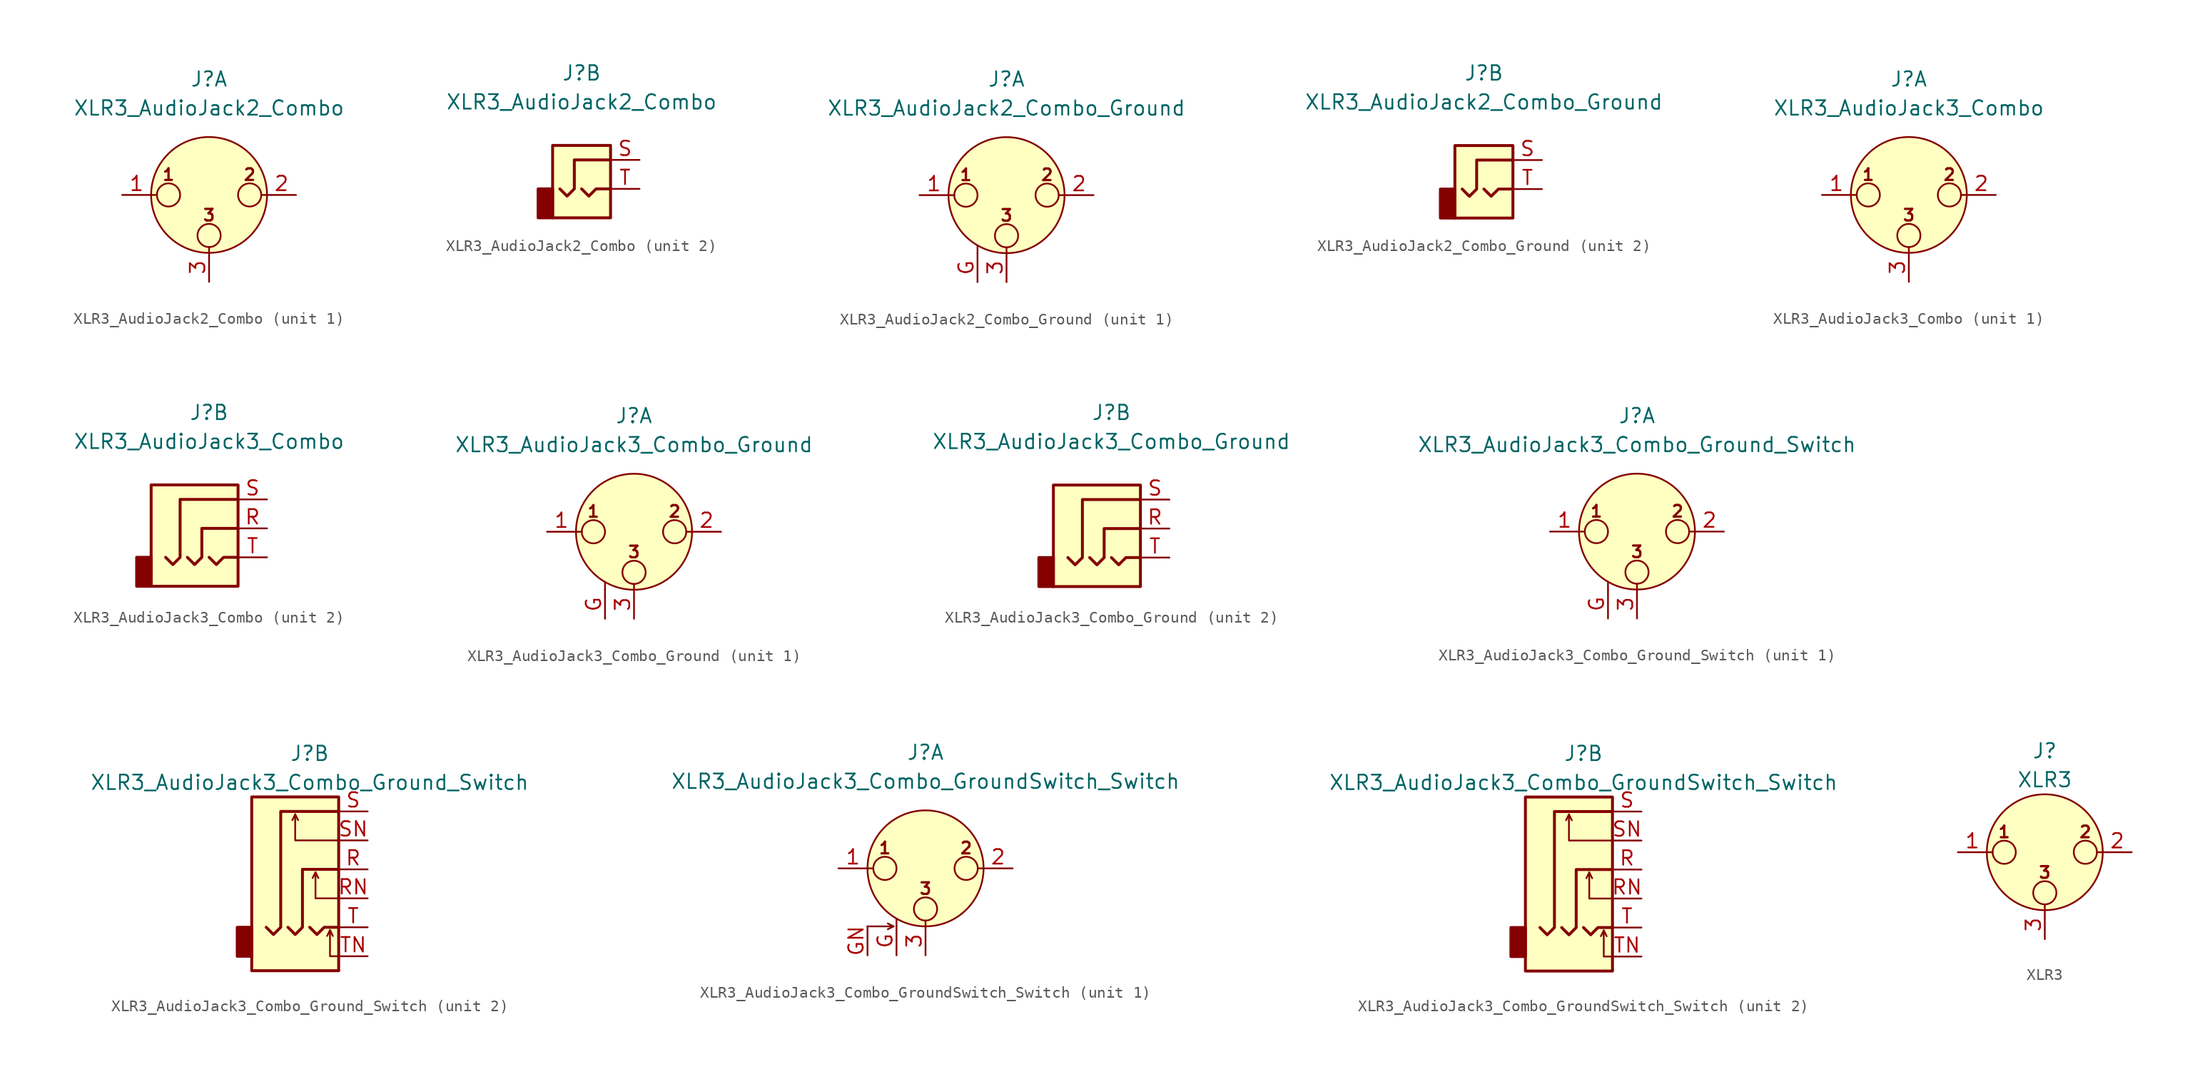
<source format=kicad_sym>
(kicad_symbol_lib
  (version 20201005)
  (generator kicad_symbol_editor)
  (symbol "Connector:XLR3_AudioJack2_Combo"
    (pin_names hide)
    (property "Reference" "J"
      (at 0 10.16 0)
      (effects (font (size 1.27 1.27))))
    (property "Value" "XLR3_AudioJack2_Combo"
      (at 0 7.62 0)
      (effects (font (size 1.27 1.27))))
    (symbol "XLR3_AudioJack2_Combo_1_1"
      (circle (center -3.556 0) (radius 1.016) (stroke (width 0)) (fill (type none)))
      (circle (center 0 -3.556) (radius 1.016) (stroke (width 0)) (fill (type none)))
      (circle (center 0 0) (radius 5.08) (stroke (width 0)) (fill (type background)))
      (circle (center 3.556 0) (radius 1.016) (stroke (width 0)) (fill (type none)))
      (text "1" (at -3.556 1.778 0) (effects (font (size 1.016 1.016) bold)))
      (text "2" (at 3.556 1.778 0) (effects (font (size 1.016 1.016) bold)))
      (text "3" (at 0 -1.778 0) (effects (font (size 1.016 1.016) bold)))
      (polyline (pts (xy -5.08 0) (xy -4.572 0)) (stroke (width 0)) (fill (type none)))
      (polyline (pts (xy 0 -5.08) (xy 0 -4.572)) (stroke (width 0)) (fill (type none)))
      (polyline (pts (xy 5.08 0) (xy 4.572 0)) (stroke (width 0)) (fill (type none)))
      (pin passive line (at -7.62 0 0) (length 2.54) (name "~" (effects (font (size 1.27 1.27)))) (number "1" (effects (font (size 1.27 1.27)))))
      (pin passive line (at 7.62 0 180) (length 2.54) (name "~" (effects (font (size 1.27 1.27)))) (number "2" (effects (font (size 1.27 1.27)))))
      (pin passive line (at 0 -7.62 90) (length 2.54) (name "~" (effects (font (size 1.27 1.27)))) (number "3" (effects (font (size 1.27 1.27))))))
    (symbol "XLR3_AudioJack2_Combo_2_1"
      (rectangle (start -2.54 0) (end -3.81 -2.54) (stroke (width 0.254)) (fill (type outline)))
      (rectangle (start 2.54 3.81) (end -2.54 -2.54) (stroke (width 0.254)) (fill (type background)))
      (polyline (pts (xy 0 0) (xy 0.635 -0.635) (xy 1.27 0) (xy 2.54 0)) (stroke (width 0.254)) (fill (type none)))
      (polyline (pts (xy 2.54 2.54) (xy -0.635 2.54) (xy -0.635 0) (xy -1.27 -0.635) (xy -1.905 0)) (stroke (width 0.254)) (fill (type none)))
      (pin passive line (at 5.08 2.54 180) (length 2.54) (name "~" (effects (font (size 1.27 1.27)))) (number "S" (effects (font (size 1.27 1.27)))))
      (pin passive line (at 5.08 0 180) (length 2.54) (name "~" (effects (font (size 1.27 1.27)))) (number "T" (effects (font (size 1.27 1.27)))))))
  (symbol "Connector:XLR3_AudioJack2_Combo_Ground"
    (pin_names hide)
    (property "Reference" "J"
      (at 0 10.16 0)
      (effects (font (size 1.27 1.27))))
    (property "Value" "XLR3_AudioJack2_Combo_Ground"
      (at 0 7.62 0)
      (effects (font (size 1.27 1.27))))
    (symbol "XLR3_AudioJack2_Combo_Ground_1_1"
      (circle (center -3.556 0) (radius 1.016) (stroke (width 0)) (fill (type none)))
      (circle (center 0 -3.556) (radius 1.016) (stroke (width 0)) (fill (type none)))
      (circle (center 0 0) (radius 5.08) (stroke (width 0)) (fill (type background)))
      (circle (center 3.556 0) (radius 1.016) (stroke (width 0)) (fill (type none)))
      (text "1" (at -3.556 1.778 0) (effects (font (size 1.016 1.016) bold)))
      (text "2" (at 3.556 1.778 0) (effects (font (size 1.016 1.016) bold)))
      (text "3" (at 0 -1.778 0) (effects (font (size 1.016 1.016) bold)))
      (polyline (pts (xy -5.08 0) (xy -4.572 0)) (stroke (width 0)) (fill (type none)))
      (polyline (pts (xy -2.54 -5.08) (xy -2.54 -4.445)) (stroke (width 0)) (fill (type none)))
      (polyline (pts (xy 0 -5.08) (xy 0 -4.572)) (stroke (width 0)) (fill (type none)))
      (polyline (pts (xy 5.08 0) (xy 4.572 0)) (stroke (width 0)) (fill (type none)))
      (pin passive line (at -7.62 0 0) (length 2.54) (name "~" (effects (font (size 1.27 1.27)))) (number "1" (effects (font (size 1.27 1.27)))))
      (pin passive line (at 7.62 0 180) (length 2.54) (name "~" (effects (font (size 1.27 1.27)))) (number "2" (effects (font (size 1.27 1.27)))))
      (pin passive line (at 0 -7.62 90) (length 2.54) (name "~" (effects (font (size 1.27 1.27)))) (number "3" (effects (font (size 1.27 1.27)))))
      (pin passive line (at -2.54 -7.62 90) (length 2.54) (name "~" (effects (font (size 1.27 1.27)))) (number "G" (effects (font (size 1.27 1.27))))))
    (symbol "XLR3_AudioJack2_Combo_Ground_2_1"
      (rectangle (start -2.54 0) (end -3.81 -2.54) (stroke (width 0.254)) (fill (type outline)))
      (rectangle (start 2.54 3.81) (end -2.54 -2.54) (stroke (width 0.254)) (fill (type background)))
      (polyline (pts (xy 0 0) (xy 0.635 -0.635) (xy 1.27 0) (xy 2.54 0)) (stroke (width 0.254)) (fill (type none)))
      (polyline (pts (xy 2.54 2.54) (xy -0.635 2.54) (xy -0.635 0) (xy -1.27 -0.635) (xy -1.905 0)) (stroke (width 0.254)) (fill (type none)))
      (pin passive line (at 5.08 2.54 180) (length 2.54) (name "~" (effects (font (size 1.27 1.27)))) (number "S" (effects (font (size 1.27 1.27)))))
      (pin passive line (at 5.08 0 180) (length 2.54) (name "~" (effects (font (size 1.27 1.27)))) (number "T" (effects (font (size 1.27 1.27)))))))
  (symbol "Connector:XLR3_AudioJack3_Combo"
    (pin_names hide)
    (property "Reference" "J"
      (at 0 10.16 0)
      (effects (font (size 1.27 1.27))))
    (property "Value" "XLR3_AudioJack3_Combo"
      (at 0 7.62 0)
      (effects (font (size 1.27 1.27))))
    (symbol "XLR3_AudioJack3_Combo_1_1"
      (circle (center -3.556 0) (radius 1.016) (stroke (width 0)) (fill (type none)))
      (circle (center 0 -3.556) (radius 1.016) (stroke (width 0)) (fill (type none)))
      (circle (center 0 0) (radius 5.08) (stroke (width 0)) (fill (type background)))
      (circle (center 3.556 0) (radius 1.016) (stroke (width 0)) (fill (type none)))
      (text "1" (at -3.556 1.778 0) (effects (font (size 1.016 1.016) bold)))
      (text "2" (at 3.556 1.778 0) (effects (font (size 1.016 1.016) bold)))
      (text "3" (at 0 -1.778 0) (effects (font (size 1.016 1.016) bold)))
      (polyline (pts (xy -5.08 0) (xy -4.572 0)) (stroke (width 0)) (fill (type none)))
      (polyline (pts (xy 0 -5.08) (xy 0 -4.572)) (stroke (width 0)) (fill (type none)))
      (polyline (pts (xy 5.08 0) (xy 4.572 0)) (stroke (width 0)) (fill (type none)))
      (pin passive line (at -7.62 0 0) (length 2.54) (name "~" (effects (font (size 1.27 1.27)))) (number "1" (effects (font (size 1.27 1.27)))))
      (pin passive line (at 7.62 0 180) (length 2.54) (name "~" (effects (font (size 1.27 1.27)))) (number "2" (effects (font (size 1.27 1.27)))))
      (pin passive line (at 0 -7.62 90) (length 2.54) (name "~" (effects (font (size 1.27 1.27)))) (number "3" (effects (font (size 1.27 1.27))))))
    (symbol "XLR3_AudioJack3_Combo_2_1"
      (rectangle (start -5.08 -2.54) (end -6.35 -5.08) (stroke (width 0.254)) (fill (type outline)))
      (rectangle (start 2.54 3.81) (end -5.08 -5.08) (stroke (width 0.254)) (fill (type background)))
      (polyline (pts (xy 0 -2.54) (xy 0.635 -3.175) (xy 1.27 -2.54) (xy 2.54 -2.54)) (stroke (width 0.254)) (fill (type none)))
      (polyline (pts (xy -1.905 -2.54) (xy -1.27 -3.175) (xy -0.635 -2.54) (xy -0.635 0) (xy 2.54 0)) (stroke (width 0.254)) (fill (type none)))
      (polyline (pts (xy 2.54 2.54) (xy -2.54 2.54) (xy -2.54 -2.54) (xy -3.175 -3.175) (xy -3.81 -2.54)) (stroke (width 0.254)) (fill (type none)))
      (pin passive line (at 5.08 0 180) (length 2.54) (name "~" (effects (font (size 1.27 1.27)))) (number "R" (effects (font (size 1.27 1.27)))))
      (pin passive line (at 5.08 2.54 180) (length 2.54) (name "~" (effects (font (size 1.27 1.27)))) (number "S" (effects (font (size 1.27 1.27)))))
      (pin passive line (at 5.08 -2.54 180) (length 2.54) (name "~" (effects (font (size 1.27 1.27)))) (number "T" (effects (font (size 1.27 1.27)))))))
  (symbol "Connector:XLR3_AudioJack3_Combo_Ground"
    (pin_names hide)
    (property "Reference" "J"
      (at 0 10.16 0)
      (effects (font (size 1.27 1.27))))
    (property "Value" "XLR3_AudioJack3_Combo_Ground"
      (at 0 7.62 0)
      (effects (font (size 1.27 1.27))))
    (symbol "XLR3_AudioJack3_Combo_Ground_1_1"
      (circle (center -3.556 0) (radius 1.016) (stroke (width 0)) (fill (type none)))
      (circle (center 0 -3.556) (radius 1.016) (stroke (width 0)) (fill (type none)))
      (circle (center 0 0) (radius 5.08) (stroke (width 0)) (fill (type background)))
      (circle (center 3.556 0) (radius 1.016) (stroke (width 0)) (fill (type none)))
      (text "1" (at -3.556 1.778 0) (effects (font (size 1.016 1.016) bold)))
      (text "2" (at 3.556 1.778 0) (effects (font (size 1.016 1.016) bold)))
      (text "3" (at 0 -1.778 0) (effects (font (size 1.016 1.016) bold)))
      (polyline (pts (xy -5.08 0) (xy -4.572 0)) (stroke (width 0)) (fill (type none)))
      (polyline (pts (xy -2.54 -5.08) (xy -2.54 -4.445)) (stroke (width 0)) (fill (type none)))
      (polyline (pts (xy 0 -5.08) (xy 0 -4.572)) (stroke (width 0)) (fill (type none)))
      (polyline (pts (xy 5.08 0) (xy 4.572 0)) (stroke (width 0)) (fill (type none)))
      (pin passive line (at -7.62 0 0) (length 2.54) (name "~" (effects (font (size 1.27 1.27)))) (number "1" (effects (font (size 1.27 1.27)))))
      (pin passive line (at 7.62 0 180) (length 2.54) (name "~" (effects (font (size 1.27 1.27)))) (number "2" (effects (font (size 1.27 1.27)))))
      (pin passive line (at 0 -7.62 90) (length 2.54) (name "~" (effects (font (size 1.27 1.27)))) (number "3" (effects (font (size 1.27 1.27)))))
      (pin passive line (at -2.54 -7.62 90) (length 2.54) (name "~" (effects (font (size 1.27 1.27)))) (number "G" (effects (font (size 1.27 1.27))))))
    (symbol "XLR3_AudioJack3_Combo_Ground_2_1"
      (rectangle (start -5.08 -2.54) (end -6.35 -5.08) (stroke (width 0.254)) (fill (type outline)))
      (rectangle (start 2.54 3.81) (end -5.08 -5.08) (stroke (width 0.254)) (fill (type background)))
      (polyline (pts (xy 0 -2.54) (xy 0.635 -3.175) (xy 1.27 -2.54) (xy 2.54 -2.54)) (stroke (width 0.254)) (fill (type none)))
      (polyline (pts (xy -1.905 -2.54) (xy -1.27 -3.175) (xy -0.635 -2.54) (xy -0.635 0) (xy 2.54 0)) (stroke (width 0.254)) (fill (type none)))
      (polyline (pts (xy 2.54 2.54) (xy -2.54 2.54) (xy -2.54 -2.54) (xy -3.175 -3.175) (xy -3.81 -2.54)) (stroke (width 0.254)) (fill (type none)))
      (pin passive line (at 5.08 0 180) (length 2.54) (name "~" (effects (font (size 1.27 1.27)))) (number "R" (effects (font (size 1.27 1.27)))))
      (pin passive line (at 5.08 2.54 180) (length 2.54) (name "~" (effects (font (size 1.27 1.27)))) (number "S" (effects (font (size 1.27 1.27)))))
      (pin passive line (at 5.08 -2.54 180) (length 2.54) (name "~" (effects (font (size 1.27 1.27)))) (number "T" (effects (font (size 1.27 1.27)))))))
  (symbol "Connector:XLR3_AudioJack3_Combo_Ground_Switch"
    (pin_names hide)
    (property "Reference" "J"
      (at 0 10.16 0)
      (effects (font (size 1.27 1.27))))
    (property "Value" "XLR3_AudioJack3_Combo_Ground_Switch"
      (at 0 7.62 0)
      (effects (font (size 1.27 1.27))))
    (symbol "XLR3_AudioJack3_Combo_Ground_Switch_1_1"
      (circle (center -3.556 0) (radius 1.016) (stroke (width 0)) (fill (type none)))
      (circle (center 0 -3.556) (radius 1.016) (stroke (width 0)) (fill (type none)))
      (circle (center 0 0) (radius 5.08) (stroke (width 0)) (fill (type background)))
      (circle (center 3.556 0) (radius 1.016) (stroke (width 0)) (fill (type none)))
      (text "1" (at -3.556 1.778 0) (effects (font (size 1.016 1.016) bold)))
      (text "2" (at 3.556 1.778 0) (effects (font (size 1.016 1.016) bold)))
      (text "3" (at 0 -1.778 0) (effects (font (size 1.016 1.016) bold)))
      (polyline (pts (xy -5.08 0) (xy -4.572 0)) (stroke (width 0)) (fill (type none)))
      (polyline (pts (xy -2.54 -5.08) (xy -2.54 -4.445)) (stroke (width 0)) (fill (type none)))
      (polyline (pts (xy 0 -5.08) (xy 0 -4.572)) (stroke (width 0)) (fill (type none)))
      (polyline (pts (xy 5.08 0) (xy 4.572 0)) (stroke (width 0)) (fill (type none)))
      (pin passive line (at -7.62 0 0) (length 2.54) (name "~" (effects (font (size 1.27 1.27)))) (number "1" (effects (font (size 1.27 1.27)))))
      (pin passive line (at 7.62 0 180) (length 2.54) (name "~" (effects (font (size 1.27 1.27)))) (number "2" (effects (font (size 1.27 1.27)))))
      (pin passive line (at 0 -7.62 90) (length 2.54) (name "~" (effects (font (size 1.27 1.27)))) (number "3" (effects (font (size 1.27 1.27)))))
      (pin passive line (at -2.54 -7.62 90) (length 2.54) (name "~" (effects (font (size 1.27 1.27)))) (number "G" (effects (font (size 1.27 1.27))))))
    (symbol "XLR3_AudioJack3_Combo_Ground_Switch_2_1"
      (rectangle (start -5.08 -5.08) (end -6.35 -7.62) (stroke (width 0.254)) (fill (type outline)))
      (rectangle (start 2.54 6.35) (end -5.08 -8.89) (stroke (width 0.254)) (fill (type background)))
      (polyline (pts (xy -1.27 4.826) (xy -1.016 4.318)) (stroke (width 0)) (fill (type none)))
      (polyline (pts (xy 0.508 -0.254) (xy 0.762 -0.762)) (stroke (width 0)) (fill (type none)))
      (polyline (pts (xy 1.778 -5.334) (xy 2.032 -5.842)) (stroke (width 0)) (fill (type none)))
      (polyline (pts (xy 0 -5.08) (xy 0.635 -5.715) (xy 1.27 -5.08) (xy 2.54 -5.08)) (stroke (width 0.254)) (fill (type none)))
      (polyline (pts (xy 2.54 -7.62) (xy 1.778 -7.62) (xy 1.778 -5.334) (xy 1.524 -5.842)) (stroke (width 0)) (fill (type none)))
      (polyline (pts (xy 2.54 -2.54) (xy 0.508 -2.54) (xy 0.508 -0.254) (xy 0.254 -0.762)) (stroke (width 0)) (fill (type none)))
      (polyline (pts (xy 2.54 2.54) (xy -1.27 2.54) (xy -1.27 4.826) (xy -1.524 4.318)) (stroke (width 0)) (fill (type none)))
      (polyline (pts (xy -1.905 -5.08) (xy -1.27 -5.715) (xy -0.635 -5.08) (xy -0.635 0) (xy 2.54 0)) (stroke (width 0.254)) (fill (type none)))
      (polyline (pts (xy 2.54 5.08) (xy -2.54 5.08) (xy -2.54 -5.08) (xy -3.175 -5.715) (xy -3.81 -5.08)) (stroke (width 0.254)) (fill (type none)))
      (pin passive line (at 5.08 0 180) (length 2.54) (name "~" (effects (font (size 1.27 1.27)))) (number "R" (effects (font (size 1.27 1.27)))))
      (pin passive line (at 5.08 -2.54 180) (length 2.54) (name "~" (effects (font (size 1.27 1.27)))) (number "RN" (effects (font (size 1.27 1.27)))))
      (pin passive line (at 5.08 5.08 180) (length 2.54) (name "~" (effects (font (size 1.27 1.27)))) (number "S" (effects (font (size 1.27 1.27)))))
      (pin passive line (at 5.08 2.54 180) (length 2.54) (name "~" (effects (font (size 1.27 1.27)))) (number "SN" (effects (font (size 1.27 1.27)))))
      (pin passive line (at 5.08 -5.08 180) (length 2.54) (name "~" (effects (font (size 1.27 1.27)))) (number "T" (effects (font (size 1.27 1.27)))))
      (pin passive line (at 5.08 -7.62 180) (length 2.54) (name "~" (effects (font (size 1.27 1.27)))) (number "TN" (effects (font (size 1.27 1.27)))))))
  (symbol "Connector:XLR3_AudioJack3_Combo_GroundSwitch_Switch"
    (pin_names hide)
    (property "Reference" "J"
      (at 0 10.16 0)
      (effects (font (size 1.27 1.27))))
    (property "Value" "XLR3_AudioJack3_Combo_GroundSwitch_Switch"
      (at 0 7.62 0)
      (effects (font (size 1.27 1.27))))
    (symbol "XLR3_AudioJack3_Combo_GroundSwitch_Switch_1_1"
      (circle (center -3.556 0) (radius 1.016) (stroke (width 0)) (fill (type none)))
      (circle (center 0 -3.556) (radius 1.016) (stroke (width 0)) (fill (type none)))
      (circle (center 0 0) (radius 5.08) (stroke (width 0)) (fill (type background)))
      (circle (center 3.556 0) (radius 1.016) (stroke (width 0)) (fill (type none)))
      (text "1" (at -3.556 1.778 0) (effects (font (size 1.016 1.016) bold)))
      (text "2" (at 3.556 1.778 0) (effects (font (size 1.016 1.016) bold)))
      (text "3" (at 0 -1.778 0) (effects (font (size 1.016 1.016) bold)))
      (polyline (pts (xy -5.08 0) (xy -4.572 0)) (stroke (width 0)) (fill (type none)))
      (polyline (pts (xy -2.794 -5.08) (xy -3.302 -5.334)) (stroke (width 0)) (fill (type none)))
      (polyline (pts (xy -2.54 -5.08) (xy -2.54 -4.445)) (stroke (width 0)) (fill (type none)))
      (polyline (pts (xy 0 -5.08) (xy 0 -4.572)) (stroke (width 0)) (fill (type none)))
      (polyline (pts (xy 5.08 0) (xy 4.572 0)) (stroke (width 0)) (fill (type none)))
      (polyline (pts (xy -5.08 -5.08) (xy -2.794 -5.08) (xy -3.302 -4.826)) (stroke (width 0)) (fill (type none)))
      (pin passive line (at -7.62 0 0) (length 2.54) (name "~" (effects (font (size 1.27 1.27)))) (number "1" (effects (font (size 1.27 1.27)))))
      (pin passive line (at 7.62 0 180) (length 2.54) (name "~" (effects (font (size 1.27 1.27)))) (number "2" (effects (font (size 1.27 1.27)))))
      (pin passive line (at 0 -7.62 90) (length 2.54) (name "~" (effects (font (size 1.27 1.27)))) (number "3" (effects (font (size 1.27 1.27)))))
      (pin passive line (at -2.54 -7.62 90) (length 2.54) (name "~" (effects (font (size 1.27 1.27)))) (number "G" (effects (font (size 1.27 1.27)))))
      (pin passive line (at -5.08 -7.62 90) (length 2.54) (name "~" (effects (font (size 1.27 1.27)))) (number "GN" (effects (font (size 1.27 1.27))))))
    (symbol "XLR3_AudioJack3_Combo_GroundSwitch_Switch_2_1"
      (rectangle (start -5.08 -5.08) (end -6.35 -7.62) (stroke (width 0.254)) (fill (type outline)))
      (rectangle (start 2.54 6.35) (end -5.08 -8.89) (stroke (width 0.254)) (fill (type background)))
      (polyline (pts (xy -1.27 4.826) (xy -1.016 4.318)) (stroke (width 0)) (fill (type none)))
      (polyline (pts (xy 0.508 -0.254) (xy 0.762 -0.762)) (stroke (width 0)) (fill (type none)))
      (polyline (pts (xy 1.778 -5.334) (xy 2.032 -5.842)) (stroke (width 0)) (fill (type none)))
      (polyline (pts (xy 0 -5.08) (xy 0.635 -5.715) (xy 1.27 -5.08) (xy 2.54 -5.08)) (stroke (width 0.254)) (fill (type none)))
      (polyline (pts (xy 2.54 -7.62) (xy 1.778 -7.62) (xy 1.778 -5.334) (xy 1.524 -5.842)) (stroke (width 0)) (fill (type none)))
      (polyline (pts (xy 2.54 -2.54) (xy 0.508 -2.54) (xy 0.508 -0.254) (xy 0.254 -0.762)) (stroke (width 0)) (fill (type none)))
      (polyline (pts (xy 2.54 2.54) (xy -1.27 2.54) (xy -1.27 4.826) (xy -1.524 4.318)) (stroke (width 0)) (fill (type none)))
      (polyline (pts (xy -1.905 -5.08) (xy -1.27 -5.715) (xy -0.635 -5.08) (xy -0.635 0) (xy 2.54 0)) (stroke (width 0.254)) (fill (type none)))
      (polyline (pts (xy 2.54 5.08) (xy -2.54 5.08) (xy -2.54 -5.08) (xy -3.175 -5.715) (xy -3.81 -5.08)) (stroke (width 0.254)) (fill (type none)))
      (pin passive line (at 5.08 0 180) (length 2.54) (name "~" (effects (font (size 1.27 1.27)))) (number "R" (effects (font (size 1.27 1.27)))))
      (pin passive line (at 5.08 -2.54 180) (length 2.54) (name "~" (effects (font (size 1.27 1.27)))) (number "RN" (effects (font (size 1.27 1.27)))))
      (pin passive line (at 5.08 5.08 180) (length 2.54) (name "~" (effects (font (size 1.27 1.27)))) (number "S" (effects (font (size 1.27 1.27)))))
      (pin passive line (at 5.08 2.54 180) (length 2.54) (name "~" (effects (font (size 1.27 1.27)))) (number "SN" (effects (font (size 1.27 1.27)))))
      (pin passive line (at 5.08 -5.08 180) (length 2.54) (name "~" (effects (font (size 1.27 1.27)))) (number "T" (effects (font (size 1.27 1.27)))))
      (pin passive line (at 5.08 -7.62 180) (length 2.54) (name "~" (effects (font (size 1.27 1.27)))) (number "TN" (effects (font (size 1.27 1.27)))))))
  (symbol "Connector:XLR3"
    (pin_names hide)
    (property "Reference" "J"
      (at 0 8.89 0)
      (effects (font (size 1.27 1.27))))
    (property "Value" "XLR3"
      (at 0 6.35 0)
      (effects (font (size 1.27 1.27))))
    (symbol "XLR3_0_1"
      (circle (center -3.556 0) (radius 1.016) (stroke (width 0)) (fill (type none)))
      (circle (center 0 -3.556) (radius 1.016) (stroke (width 0)) (fill (type none)))
      (circle (center 0 0) (radius 5.08) (stroke (width 0)) (fill (type background)))
      (circle (center 3.556 0) (radius 1.016) (stroke (width 0)) (fill (type none)))
      (text "1" (at -3.556 1.778 0) (effects (font (size 1.016 1.016) bold)))
      (text "2" (at 3.556 1.778 0) (effects (font (size 1.016 1.016) bold)))
      (text "3" (at 0 -1.778 0) (effects (font (size 1.016 1.016) bold)))
      (polyline (pts (xy -5.08 0) (xy -4.572 0)) (stroke (width 0)) (fill (type none)))
      (polyline (pts (xy 0 -5.08) (xy 0 -4.572)) (stroke (width 0)) (fill (type none)))
      (polyline (pts (xy 5.08 0) (xy 4.572 0)) (stroke (width 0)) (fill (type none)))
      (pin passive line (at -7.62 0 0) (length 2.54) (name "~" (effects (font (size 1.27 1.27)))) (number "1" (effects (font (size 1.27 1.27)))))
      (pin passive line (at 7.62 0 180) (length 2.54) (name "~" (effects (font (size 1.27 1.27)))) (number "2" (effects (font (size 1.27 1.27)))))
      (pin passive line (at 0 -7.62 90) (length 2.54) (name "~" (effects (font (size 1.27 1.27)))) (number "3" (effects (font (size 1.27 1.27))))))))
</source>
